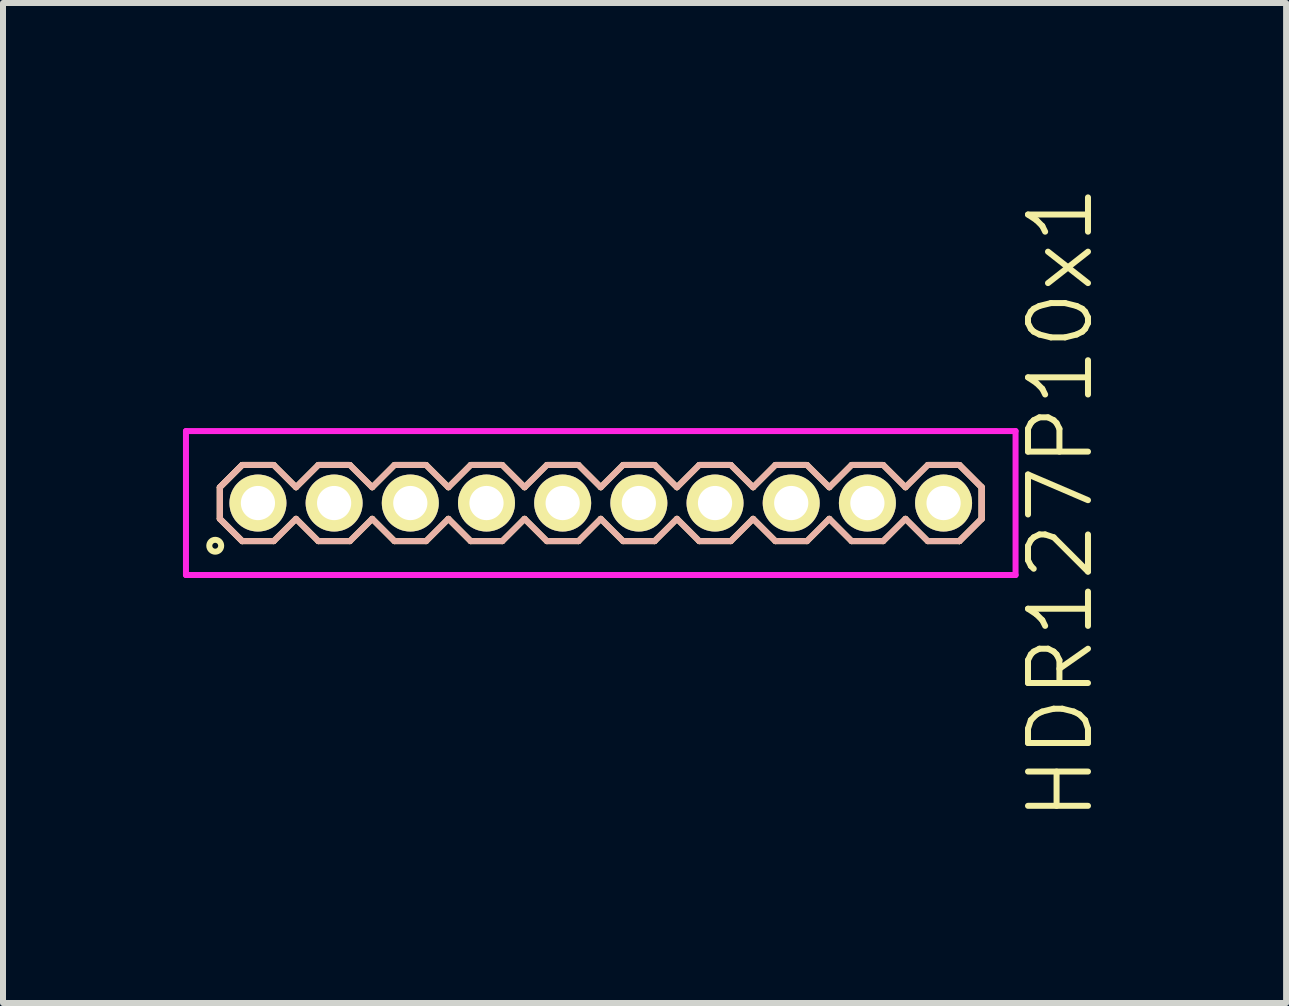
<source format=kicad_pcb>
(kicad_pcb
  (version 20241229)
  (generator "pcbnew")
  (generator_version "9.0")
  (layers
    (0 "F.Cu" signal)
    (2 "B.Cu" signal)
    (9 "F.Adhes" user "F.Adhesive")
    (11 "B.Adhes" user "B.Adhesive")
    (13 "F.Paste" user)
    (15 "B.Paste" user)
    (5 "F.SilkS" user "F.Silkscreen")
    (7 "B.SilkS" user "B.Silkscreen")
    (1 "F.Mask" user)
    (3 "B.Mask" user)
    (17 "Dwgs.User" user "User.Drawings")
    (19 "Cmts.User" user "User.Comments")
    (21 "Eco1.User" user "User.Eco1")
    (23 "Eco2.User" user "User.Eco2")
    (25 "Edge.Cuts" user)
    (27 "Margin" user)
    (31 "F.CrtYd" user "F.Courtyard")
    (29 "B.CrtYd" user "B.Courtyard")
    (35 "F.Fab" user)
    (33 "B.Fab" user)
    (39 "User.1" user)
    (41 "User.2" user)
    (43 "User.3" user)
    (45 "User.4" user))
  (footprint "HDR127P10x1"
    (layer "F.Cu")
    (at 6.965 5.336)
    (property "Reference" "HDR127P10x1" (at 7.665 0 90) (layer "F.SilkS") (effects (font (size 1 1) (thickness 0.1))))
    (attr through_hole)
    (fp_line (start -6.35 -0.263) (end -5.978 -0.635) (stroke (width 0.1) (type solid)) (layer "F.SilkS"))
    (fp_line (start -6.35 -0.263) (end -5.978 -0.635) (stroke (width 0.1) (type solid)) (layer "F.SilkS"))
    (fp_line (start -6.35 0.263) (end -6.35 -0.263) (stroke (width 0.1) (type solid)) (layer "F.SilkS"))
    (fp_line (start -6.35 0.263) (end -6.35 -0.263) (stroke (width 0.1) (type solid)) (layer "F.SilkS"))
    (fp_line (start -5.978 -0.635) (end -5.452 -0.635) (stroke (width 0.1) (type solid)) (layer "F.SilkS"))
    (fp_line (start -5.978 0.635) (end -6.35 0.263) (stroke (width 0.1) (type solid)) (layer "F.SilkS"))
    (fp_line (start -5.978 0.635) (end -6.35 0.263) (stroke (width 0.1) (type solid)) (layer "F.SilkS"))
    (fp_line (start -5.452 -0.635) (end -5.08 -0.263) (stroke (width 0.1) (type solid)) (layer "F.SilkS"))
    (fp_line (start -5.452 0.635) (end -5.978 0.635) (stroke (width 0.1) (type solid)) (layer "F.SilkS"))
    (fp_line (start -5.08 -0.263) (end -4.708 -0.635) (stroke (width 0.1) (type solid)) (layer "F.SilkS"))
    (fp_line (start -5.08 0.263) (end -5.452 0.635) (stroke (width 0.1) (type solid)) (layer "F.SilkS"))
    (fp_line (start -4.708 -0.635) (end -4.182 -0.635) (stroke (width 0.1) (type solid)) (layer "F.SilkS"))
    (fp_line (start -4.708 0.635) (end -5.08 0.263) (stroke (width 0.1) (type solid)) (layer "F.SilkS"))
    (fp_line (start -4.182 -0.635) (end -3.81 -0.263) (stroke (width 0.1) (type solid)) (layer "F.SilkS"))
    (fp_line (start -4.182 0.635) (end -4.708 0.635) (stroke (width 0.1) (type solid)) (layer "F.SilkS"))
    (fp_line (start -3.81 -0.263) (end -3.438 -0.635) (stroke (width 0.1) (type solid)) (layer "F.SilkS"))
    (fp_line (start -3.81 0.263) (end -4.182 0.635) (stroke (width 0.1) (type solid)) (layer "F.SilkS"))
    (fp_line (start -3.438 -0.635) (end -2.912 -0.635) (stroke (width 0.1) (type solid)) (layer "F.SilkS"))
    (fp_line (start -3.438 0.635) (end -3.81 0.263) (stroke (width 0.1) (type solid)) (layer "F.SilkS"))
    (fp_line (start -2.912 -0.635) (end -2.54 -0.263) (stroke (width 0.1) (type solid)) (layer "F.SilkS"))
    (fp_line (start -2.912 0.635) (end -3.438 0.635) (stroke (width 0.1) (type solid)) (layer "F.SilkS"))
    (fp_line (start -2.54 -0.263) (end -2.168 -0.635) (stroke (width 0.1) (type solid)) (layer "F.SilkS"))
    (fp_line (start -2.54 0.263) (end -2.912 0.635) (stroke (width 0.1) (type solid)) (layer "F.SilkS"))
    (fp_line (start -2.168 -0.635) (end -1.642 -0.635) (stroke (width 0.1) (type solid)) (layer "F.SilkS"))
    (fp_line (start -2.168 0.635) (end -2.54 0.263) (stroke (width 0.1) (type solid)) (layer "F.SilkS"))
    (fp_line (start -1.642 -0.635) (end -1.27 -0.263) (stroke (width 0.1) (type solid)) (layer "F.SilkS"))
    (fp_line (start -1.642 0.635) (end -2.168 0.635) (stroke (width 0.1) (type solid)) (layer "F.SilkS"))
    (fp_line (start -1.27 -0.263) (end -0.898 -0.635) (stroke (width 0.1) (type solid)) (layer "F.SilkS"))
    (fp_line (start -1.27 0.263) (end -1.642 0.635) (stroke (width 0.1) (type solid)) (layer "F.SilkS"))
    (fp_line (start -0.898 -0.635) (end -0.372 -0.635) (stroke (width 0.1) (type solid)) (layer "F.SilkS"))
    (fp_line (start -0.898 0.635) (end -1.27 0.263) (stroke (width 0.1) (type solid)) (layer "F.SilkS"))
    (fp_line (start -0.372 -0.635) (end 0 -0.263) (stroke (width 0.1) (type solid)) (layer "F.SilkS"))
    (fp_line (start -0.372 0.635) (end -0.898 0.635) (stroke (width 0.1) (type solid)) (layer "F.SilkS"))
    (fp_line (start 0 -0.263) (end 0.372 -0.635) (stroke (width 0.1) (type solid)) (layer "F.SilkS"))
    (fp_line (start 0 0.263) (end -0.372 0.635) (stroke (width 0.1) (type solid)) (layer "F.SilkS"))
    (fp_line (start 0.372 -0.635) (end 0.898 -0.635) (stroke (width 0.1) (type solid)) (layer "F.SilkS"))
    (fp_line (start 0.372 0.635) (end 0 0.263) (stroke (width 0.1) (type solid)) (layer "F.SilkS"))
    (fp_line (start 0.898 -0.635) (end 1.27 -0.263) (stroke (width 0.1) (type solid)) (layer "F.SilkS"))
    (fp_line (start 0.898 0.635) (end 0.372 0.635) (stroke (width 0.1) (type solid)) (layer "F.SilkS"))
    (fp_line (start 1.27 -0.263) (end 1.642 -0.635) (stroke (width 0.1) (type solid)) (layer "F.SilkS"))
    (fp_line (start 1.27 0.263) (end 0.898 0.635) (stroke (width 0.1) (type solid)) (layer "F.SilkS"))
    (fp_line (start 1.642 -0.635) (end 2.168 -0.635) (stroke (width 0.1) (type solid)) (layer "F.SilkS"))
    (fp_line (start 1.642 0.635) (end 1.27 0.263) (stroke (width 0.1) (type solid)) (layer "F.SilkS"))
    (fp_line (start 2.168 -0.635) (end 2.54 -0.263) (stroke (width 0.1) (type solid)) (layer "F.SilkS"))
    (fp_line (start 2.168 0.635) (end 1.642 0.635) (stroke (width 0.1) (type solid)) (layer "F.SilkS"))
    (fp_line (start 2.54 -0.263) (end 2.912 -0.635) (stroke (width 0.1) (type solid)) (layer "F.SilkS"))
    (fp_line (start 2.54 0.263) (end 2.168 0.635) (stroke (width 0.1) (type solid)) (layer "F.SilkS"))
    (fp_line (start 2.912 -0.635) (end 3.438 -0.635) (stroke (width 0.1) (type solid)) (layer "F.SilkS"))
    (fp_line (start 2.912 0.635) (end 2.54 0.263) (stroke (width 0.1) (type solid)) (layer "F.SilkS"))
    (fp_line (start 3.438 -0.635) (end 3.81 -0.263) (stroke (width 0.1) (type solid)) (layer "F.SilkS"))
    (fp_line (start 3.438 0.635) (end 2.912 0.635) (stroke (width 0.1) (type solid)) (layer "F.SilkS"))
    (fp_line (start 3.81 -0.263) (end 4.182 -0.635) (stroke (width 0.1) (type solid)) (layer "F.SilkS"))
    (fp_line (start 3.81 0.263) (end 3.438 0.635) (stroke (width 0.1) (type solid)) (layer "F.SilkS"))
    (fp_line (start 4.182 -0.635) (end 4.708 -0.635) (stroke (width 0.1) (type solid)) (layer "F.SilkS"))
    (fp_line (start 4.182 0.635) (end 3.81 0.263) (stroke (width 0.1) (type solid)) (layer "F.SilkS"))
    (fp_line (start 4.708 -0.635) (end 5.08 -0.263) (stroke (width 0.1) (type solid)) (layer "F.SilkS"))
    (fp_line (start 4.708 0.635) (end 4.182 0.635) (stroke (width 0.1) (type solid)) (layer "F.SilkS"))
    (fp_line (start 5.08 -0.263) (end 5.452 -0.635) (stroke (width 0.1) (type solid)) (layer "F.SilkS"))
    (fp_line (start 5.08 0.263) (end 4.708 0.635) (stroke (width 0.1) (type solid)) (layer "F.SilkS"))
    (fp_line (start 5.452 -0.635) (end 5.978 -0.635) (stroke (width 0.1) (type solid)) (layer "F.SilkS"))
    (fp_line (start 5.452 0.635) (end 5.08 0.263) (stroke (width 0.1) (type solid)) (layer "F.SilkS"))
    (fp_line (start 5.978 -0.635) (end 6.35 -0.263) (stroke (width 0.1) (type solid)) (layer "F.SilkS"))
    (fp_line (start 5.978 -0.635) (end 6.35 -0.263) (stroke (width 0.1) (type solid)) (layer "F.SilkS"))
    (fp_line (start 5.978 0.635) (end 5.452 0.635) (stroke (width 0.1) (type solid)) (layer "F.SilkS"))
    (fp_line (start 6.35 -0.263) (end 6.35 0.263) (stroke (width 0.1) (type solid)) (layer "F.SilkS"))
    (fp_line (start 6.35 -0.263) (end 6.35 0.263) (stroke (width 0.1) (type solid)) (layer "F.SilkS"))
    (fp_line (start 6.35 0.263) (end 5.978 0.635) (stroke (width 0.1) (type solid)) (layer "F.SilkS"))
    (fp_line (start 6.35 0.263) (end 5.978 0.635) (stroke (width 0.1) (type solid)) (layer "F.SilkS"))
    (fp_circle (center -6.427 0.712) (end -6.328 0.712) (stroke (width 0.1) (type solid)) (fill no) (layer "F.SilkS"))
    (fp_line (start -6.35 -0.263) (end -5.978 -0.635) (stroke (width 0.1) (type solid)) (layer "B.SilkS"))
    (fp_line (start -6.35 -0.263) (end -5.978 -0.635) (stroke (width 0.1) (type solid)) (layer "B.SilkS"))
    (fp_line (start -6.35 0.263) (end -6.35 -0.263) (stroke (width 0.1) (type solid)) (layer "B.SilkS"))
    (fp_line (start -6.35 0.263) (end -6.35 -0.263) (stroke (width 0.1) (type solid)) (layer "B.SilkS"))
    (fp_line (start -5.978 -0.635) (end -5.452 -0.635) (stroke (width 0.1) (type solid)) (layer "B.SilkS"))
    (fp_line (start -5.978 0.635) (end -6.35 0.263) (stroke (width 0.1) (type solid)) (layer "B.SilkS"))
    (fp_line (start -5.978 0.635) (end -6.35 0.263) (stroke (width 0.1) (type solid)) (layer "B.SilkS"))
    (fp_line (start -5.452 -0.635) (end -5.08 -0.263) (stroke (width 0.1) (type solid)) (layer "B.SilkS"))
    (fp_line (start -5.452 0.635) (end -5.978 0.635) (stroke (width 0.1) (type solid)) (layer "B.SilkS"))
    (fp_line (start -5.08 -0.263) (end -4.708 -0.635) (stroke (width 0.1) (type solid)) (layer "B.SilkS"))
    (fp_line (start -5.08 0.263) (end -5.452 0.635) (stroke (width 0.1) (type solid)) (layer "B.SilkS"))
    (fp_line (start -4.708 -0.635) (end -4.182 -0.635) (stroke (width 0.1) (type solid)) (layer "B.SilkS"))
    (fp_line (start -4.708 0.635) (end -5.08 0.263) (stroke (width 0.1) (type solid)) (layer "B.SilkS"))
    (fp_line (start -4.182 -0.635) (end -3.81 -0.263) (stroke (width 0.1) (type solid)) (layer "B.SilkS"))
    (fp_line (start -4.182 0.635) (end -4.708 0.635) (stroke (width 0.1) (type solid)) (layer "B.SilkS"))
    (fp_line (start -3.81 -0.263) (end -3.438 -0.635) (stroke (width 0.1) (type solid)) (layer "B.SilkS"))
    (fp_line (start -3.81 0.263) (end -4.182 0.635) (stroke (width 0.1) (type solid)) (layer "B.SilkS"))
    (fp_line (start -3.438 -0.635) (end -2.912 -0.635) (stroke (width 0.1) (type solid)) (layer "B.SilkS"))
    (fp_line (start -3.438 0.635) (end -3.81 0.263) (stroke (width 0.1) (type solid)) (layer "B.SilkS"))
    (fp_line (start -2.912 -0.635) (end -2.54 -0.263) (stroke (width 0.1) (type solid)) (layer "B.SilkS"))
    (fp_line (start -2.912 0.635) (end -3.438 0.635) (stroke (width 0.1) (type solid)) (layer "B.SilkS"))
    (fp_line (start -2.54 -0.263) (end -2.168 -0.635) (stroke (width 0.1) (type solid)) (layer "B.SilkS"))
    (fp_line (start -2.54 0.263) (end -2.912 0.635) (stroke (width 0.1) (type solid)) (layer "B.SilkS"))
    (fp_line (start -2.168 -0.635) (end -1.642 -0.635) (stroke (width 0.1) (type solid)) (layer "B.SilkS"))
    (fp_line (start -2.168 0.635) (end -2.54 0.263) (stroke (width 0.1) (type solid)) (layer "B.SilkS"))
    (fp_line (start -1.642 -0.635) (end -1.27 -0.263) (stroke (width 0.1) (type solid)) (layer "B.SilkS"))
    (fp_line (start -1.642 0.635) (end -2.168 0.635) (stroke (width 0.1) (type solid)) (layer "B.SilkS"))
    (fp_line (start -1.27 -0.263) (end -0.898 -0.635) (stroke (width 0.1) (type solid)) (layer "B.SilkS"))
    (fp_line (start -1.27 0.263) (end -1.642 0.635) (stroke (width 0.1) (type solid)) (layer "B.SilkS"))
    (fp_line (start -0.898 -0.635) (end -0.372 -0.635) (stroke (width 0.1) (type solid)) (layer "B.SilkS"))
    (fp_line (start -0.898 0.635) (end -1.27 0.263) (stroke (width 0.1) (type solid)) (layer "B.SilkS"))
    (fp_line (start -0.372 -0.635) (end 0 -0.263) (stroke (width 0.1) (type solid)) (layer "B.SilkS"))
    (fp_line (start -0.372 0.635) (end -0.898 0.635) (stroke (width 0.1) (type solid)) (layer "B.SilkS"))
    (fp_line (start 0 -0.263) (end 0.372 -0.635) (stroke (width 0.1) (type solid)) (layer "B.SilkS"))
    (fp_line (start 0 0.263) (end -0.372 0.635) (stroke (width 0.1) (type solid)) (layer "B.SilkS"))
    (fp_line (start 0.372 -0.635) (end 0.898 -0.635) (stroke (width 0.1) (type solid)) (layer "B.SilkS"))
    (fp_line (start 0.372 0.635) (end 0 0.263) (stroke (width 0.1) (type solid)) (layer "B.SilkS"))
    (fp_line (start 0.898 -0.635) (end 1.27 -0.263) (stroke (width 0.1) (type solid)) (layer "B.SilkS"))
    (fp_line (start 0.898 0.635) (end 0.372 0.635) (stroke (width 0.1) (type solid)) (layer "B.SilkS"))
    (fp_line (start 1.27 -0.263) (end 1.642 -0.635) (stroke (width 0.1) (type solid)) (layer "B.SilkS"))
    (fp_line (start 1.27 0.263) (end 0.898 0.635) (stroke (width 0.1) (type solid)) (layer "B.SilkS"))
    (fp_line (start 1.642 -0.635) (end 2.168 -0.635) (stroke (width 0.1) (type solid)) (layer "B.SilkS"))
    (fp_line (start 1.642 0.635) (end 1.27 0.263) (stroke (width 0.1) (type solid)) (layer "B.SilkS"))
    (fp_line (start 2.168 -0.635) (end 2.54 -0.263) (stroke (width 0.1) (type solid)) (layer "B.SilkS"))
    (fp_line (start 2.168 0.635) (end 1.642 0.635) (stroke (width 0.1) (type solid)) (layer "B.SilkS"))
    (fp_line (start 2.54 -0.263) (end 2.912 -0.635) (stroke (width 0.1) (type solid)) (layer "B.SilkS"))
    (fp_line (start 2.54 0.263) (end 2.168 0.635) (stroke (width 0.1) (type solid)) (layer "B.SilkS"))
    (fp_line (start 2.912 -0.635) (end 3.438 -0.635) (stroke (width 0.1) (type solid)) (layer "B.SilkS"))
    (fp_line (start 2.912 0.635) (end 2.54 0.263) (stroke (width 0.1) (type solid)) (layer "B.SilkS"))
    (fp_line (start 3.438 -0.635) (end 3.81 -0.263) (stroke (width 0.1) (type solid)) (layer "B.SilkS"))
    (fp_line (start 3.438 0.635) (end 2.912 0.635) (stroke (width 0.1) (type solid)) (layer "B.SilkS"))
    (fp_line (start 3.81 -0.263) (end 4.182 -0.635) (stroke (width 0.1) (type solid)) (layer "B.SilkS"))
    (fp_line (start 3.81 0.263) (end 3.438 0.635) (stroke (width 0.1) (type solid)) (layer "B.SilkS"))
    (fp_line (start 4.182 -0.635) (end 4.708 -0.635) (stroke (width 0.1) (type solid)) (layer "B.SilkS"))
    (fp_line (start 4.182 0.635) (end 3.81 0.263) (stroke (width 0.1) (type solid)) (layer "B.SilkS"))
    (fp_line (start 4.708 -0.635) (end 5.08 -0.263) (stroke (width 0.1) (type solid)) (layer "B.SilkS"))
    (fp_line (start 4.708 0.635) (end 4.182 0.635) (stroke (width 0.1) (type solid)) (layer "B.SilkS"))
    (fp_line (start 5.08 -0.263) (end 5.452 -0.635) (stroke (width 0.1) (type solid)) (layer "B.SilkS"))
    (fp_line (start 5.08 0.263) (end 4.708 0.635) (stroke (width 0.1) (type solid)) (layer "B.SilkS"))
    (fp_line (start 5.452 -0.635) (end 5.978 -0.635) (stroke (width 0.1) (type solid)) (layer "B.SilkS"))
    (fp_line (start 5.452 0.635) (end 5.08 0.263) (stroke (width 0.1) (type solid)) (layer "B.SilkS"))
    (fp_line (start 5.978 -0.635) (end 6.35 -0.263) (stroke (width 0.1) (type solid)) (layer "B.SilkS"))
    (fp_line (start 5.978 -0.635) (end 6.35 -0.263) (stroke (width 0.1) (type solid)) (layer "B.SilkS"))
    (fp_line (start 5.978 0.635) (end 5.452 0.635) (stroke (width 0.1) (type solid)) (layer "B.SilkS"))
    (fp_line (start 6.35 -0.263) (end 6.35 0.263) (stroke (width 0.1) (type solid)) (layer "B.SilkS"))
    (fp_line (start 6.35 -0.263) (end 6.35 0.263) (stroke (width 0.1) (type solid)) (layer "B.SilkS"))
    (fp_line (start 6.35 0.263) (end 5.978 0.635) (stroke (width 0.1) (type solid)) (layer "B.SilkS"))
    (fp_line (start 6.35 0.263) (end 5.978 0.635) (stroke (width 0.1) (type solid)) (layer "B.SilkS"))
    (fp_line (start -6.915 -1.2) (end -6.915 1.2) (stroke (width 0.1) (type solid)) (layer "F.CrtYd"))
    (fp_line (start -6.915 1.2) (end 6.915 1.2) (stroke (width 0.1) (type solid)) (layer "F.CrtYd"))
    (fp_line (start 6.915 -1.2) (end -6.915 -1.2) (stroke (width 0.1) (type solid)) (layer "F.CrtYd"))
    (fp_line (start 6.915 1.2) (end 6.915 -1.2) (stroke (width 0.1) (type solid)) (layer "F.CrtYd"))
    (pad "1" thru_hole oval (at -5.715 0) (size 0.95 0.95) (drill 0.57) (layers "*.Cu" "*.Mask" "F.SilkS"))
    (pad "2" thru_hole oval (at -4.445 0) (size 0.95 0.95) (drill 0.57) (layers "*.Cu" "*.Mask" "F.SilkS"))
    (pad "3" thru_hole oval (at -3.175 0) (size 0.95 0.95) (drill 0.57) (layers "*.Cu" "*.Mask" "F.SilkS"))
    (pad "4" thru_hole oval (at -1.905 0) (size 0.95 0.95) (drill 0.57) (layers "*.Cu" "*.Mask" "F.SilkS"))
    (pad "5" thru_hole oval (at -0.635 0) (size 0.95 0.95) (drill 0.57) (layers "*.Cu" "*.Mask" "F.SilkS"))
    (pad "6" thru_hole oval (at 0.635 0) (size 0.95 0.95) (drill 0.57) (layers "*.Cu" "*.Mask" "F.SilkS"))
    (pad "7" thru_hole oval (at 1.905 0) (size 0.95 0.95) (drill 0.57) (layers "*.Cu" "*.Mask" "F.SilkS"))
    (pad "8" thru_hole oval (at 3.175 0) (size 0.95 0.95) (drill 0.57) (layers "*.Cu" "*.Mask" "F.SilkS"))
    (pad "9" thru_hole oval (at 4.445 0) (size 0.95 0.95) (drill 0.57) (layers "*.Cu" "*.Mask" "F.SilkS"))
    (pad "10" thru_hole oval (at 5.715 0) (size 0.95 0.95) (drill 0.57) (layers "*.Cu" "*.Mask" "F.SilkS")))
  (gr_rect
    (start -3 -3)
    (end 18.39 13.671)
    (stroke (width 0.1) (type default))
    (fill no)
    (layer "Edge.Cuts")))
</source>
